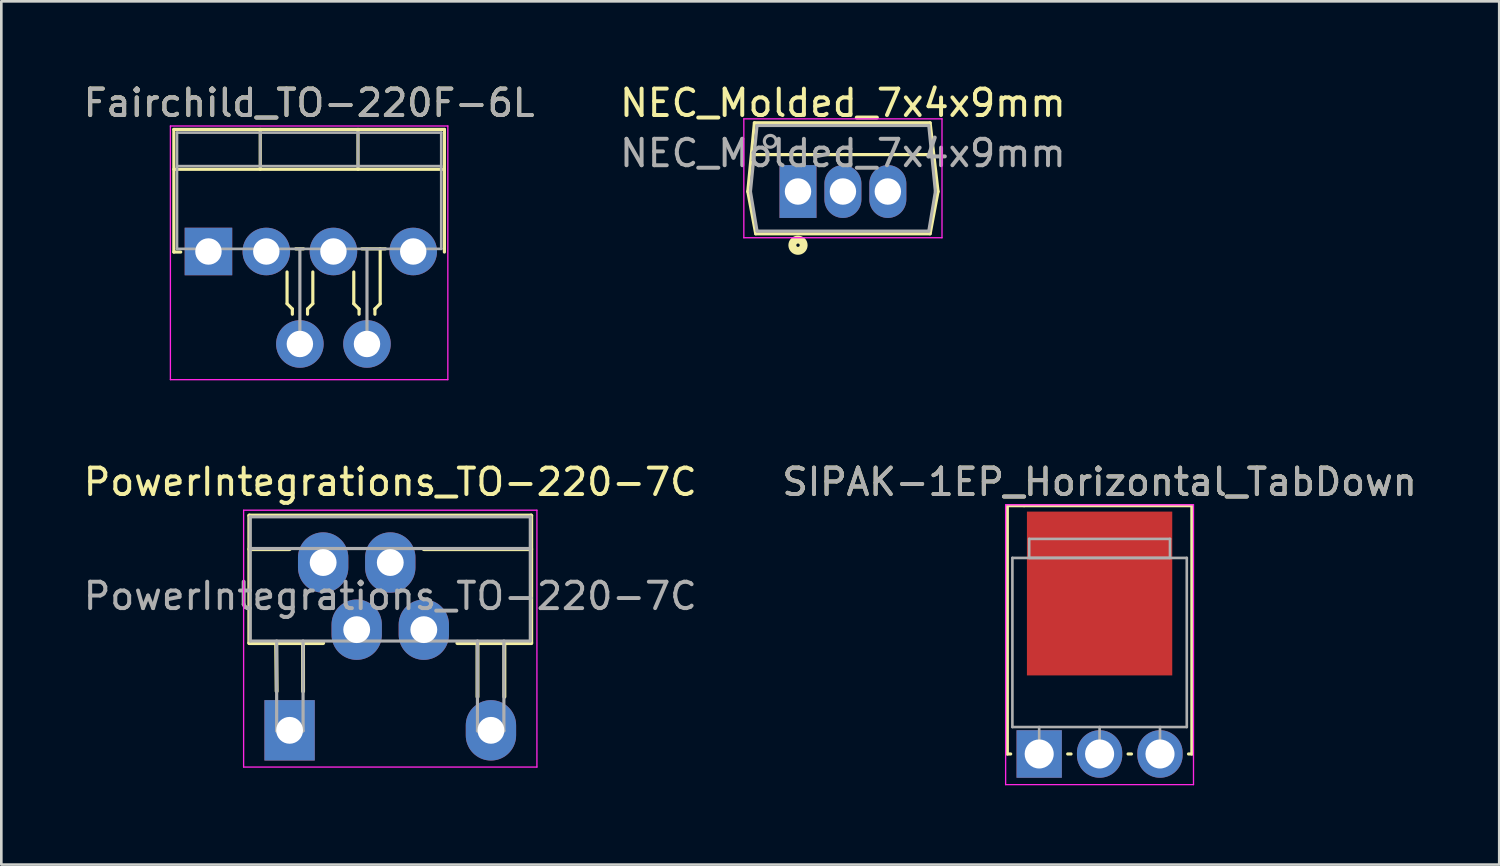
<source format=kicad_pcb>
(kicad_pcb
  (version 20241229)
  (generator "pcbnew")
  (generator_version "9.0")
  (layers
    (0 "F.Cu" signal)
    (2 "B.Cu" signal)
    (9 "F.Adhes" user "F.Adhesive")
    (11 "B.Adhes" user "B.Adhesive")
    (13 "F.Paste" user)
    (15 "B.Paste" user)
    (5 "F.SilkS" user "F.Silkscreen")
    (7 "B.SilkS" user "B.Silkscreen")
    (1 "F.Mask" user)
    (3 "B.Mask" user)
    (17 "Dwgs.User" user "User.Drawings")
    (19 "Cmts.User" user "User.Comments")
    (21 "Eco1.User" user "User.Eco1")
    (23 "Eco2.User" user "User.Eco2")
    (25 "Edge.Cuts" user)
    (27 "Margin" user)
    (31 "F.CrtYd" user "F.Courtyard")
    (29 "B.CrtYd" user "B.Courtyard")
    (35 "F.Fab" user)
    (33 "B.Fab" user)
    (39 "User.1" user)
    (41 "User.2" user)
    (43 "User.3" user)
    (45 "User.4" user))
  (footprint "Fairchild_TO-220F-6L"
    (layer "F.Cu")
    (at 4.839 6.468)
    (property "Reference" "Fairchild_TO-220F-6L" (at 3.81 -5.62 0) (layer "F.SilkS") (effects (font (size 1 1) (thickness 0.15))))
    (attr through_hole)
    (fp_line (start -1.31 -4.62) (end -1.31 0.021) (stroke (width 0.12) (type solid)) (layer "F.SilkS"))
    (fp_line (start -1.31 -4.62) (end 8.93 -4.62) (stroke (width 0.12) (type solid)) (layer "F.SilkS"))
    (fp_line (start -1.31 -3.111) (end 8.93 -3.111) (stroke (width 0.12) (type solid)) (layer "F.SilkS"))
    (fp_line (start -1.31 0.021) (end -1.05 0.021) (stroke (width 0.12) (type solid)) (layer "F.SilkS"))
    (fp_line (start 1.96 -4.62) (end 1.96 -3.111) (stroke (width 0.12) (type solid)) (layer "F.SilkS"))
    (fp_line (start 2.975 0.775) (end 2.975 1.975) (stroke (width 0.12) (type solid)) (layer "F.SilkS"))
    (fp_line (start 2.975 1.975) (end 3.175 2.175) (stroke (width 0.12) (type solid)) (layer "F.SilkS"))
    (fp_line (start 3.175 2.175) (end 3.175 2.375) (stroke (width 0.12) (type solid)) (layer "F.SilkS"))
    (fp_line (start 3.3 -0.1) (end 3.6 -0.1) (stroke (width 0.12) (type solid)) (layer "F.SilkS"))
    (fp_line (start 3.75 2.175) (end 3.75 2.375) (stroke (width 0.12) (type solid)) (layer "F.SilkS"))
    (fp_line (start 3.95 0.775) (end 3.95 1.975) (stroke (width 0.12) (type solid)) (layer "F.SilkS"))
    (fp_line (start 3.95 1.975) (end 3.75 2.175) (stroke (width 0.12) (type solid)) (layer "F.SilkS"))
    (fp_line (start 5.5 0.775) (end 5.5 1.975) (stroke (width 0.12) (type solid)) (layer "F.SilkS"))
    (fp_line (start 5.5 1.975) (end 5.7 2.175) (stroke (width 0.12) (type solid)) (layer "F.SilkS"))
    (fp_line (start 5.66 -4.62) (end 5.66 -3.111) (stroke (width 0.12) (type solid)) (layer "F.SilkS"))
    (fp_line (start 5.7 2.175) (end 5.7 2.375) (stroke (width 0.12) (type solid)) (layer "F.SilkS"))
    (fp_line (start 5.8 -0.1) (end 6.7 -0.1) (stroke (width 0.12) (type solid)) (layer "F.SilkS"))
    (fp_line (start 6.3 2.175) (end 6.3 2.375) (stroke (width 0.12) (type solid)) (layer "F.SilkS"))
    (fp_line (start 6.5 -0.1) (end 6.5 1.975) (stroke (width 0.12) (type solid)) (layer "F.SilkS"))
    (fp_line (start 6.5 1.975) (end 6.3 2.175) (stroke (width 0.12) (type solid)) (layer "F.SilkS"))
    (fp_line (start 8.93 -4.62) (end 8.93 0.021) (stroke (width 0.12) (type solid)) (layer "F.SilkS"))
    (fp_line (start -1.44 -4.75) (end -1.44 4.85) (stroke (width 0.05) (type solid)) (layer "F.CrtYd"))
    (fp_line (start -1.44 4.85) (end 9.06 4.85) (stroke (width 0.05) (type solid)) (layer "F.CrtYd"))
    (fp_line (start 9.06 -4.75) (end -1.44 -4.75) (stroke (width 0.05) (type solid)) (layer "F.CrtYd"))
    (fp_line (start 9.06 4.85) (end 9.06 -4.75) (stroke (width 0.05) (type solid)) (layer "F.CrtYd"))
    (fp_line (start -1.19 -4.5) (end -1.19 -0.1) (stroke (width 0.1) (type solid)) (layer "F.Fab"))
    (fp_line (start -1.19 -3.23) (end 8.81 -3.23) (stroke (width 0.1) (type solid)) (layer "F.Fab"))
    (fp_line (start -1.19 -0.1) (end 8.81 -0.1) (stroke (width 0.1) (type solid)) (layer "F.Fab"))
    (fp_line (start 0 -0.1) (end 0 0) (stroke (width 0.1) (type solid)) (layer "F.Fab"))
    (fp_line (start 1.96 -4.5) (end 1.96 -3.23) (stroke (width 0.1) (type solid)) (layer "F.Fab"))
    (fp_line (start 3.46 3.5) (end 3.46 -0.1) (stroke (width 0.12) (type solid)) (layer "F.Fab"))
    (fp_line (start 5.66 -4.5) (end 5.66 -3.23) (stroke (width 0.1) (type solid)) (layer "F.Fab"))
    (fp_line (start 6 3.5) (end 6 -0.1) (stroke (width 0.12) (type solid)) (layer "F.Fab"))
    (fp_line (start 8.81 -4.5) (end -1.19 -4.5) (stroke (width 0.1) (type solid)) (layer "F.Fab"))
    (fp_line (start 8.81 -0.1) (end 8.81 -4.5) (stroke (width 0.1) (type solid)) (layer "F.Fab"))
    (fp_text user "${REFERENCE}" (at 3.81 -5.62 0) (layer "F.Fab") (effects (font (size 1 1) (thickness 0.15))))
    (pad "1" thru_hole rect (at 0 0) (size 1.8 1.8) (drill 1) (layers "*.Cu" "*.Mask"))
    (pad "2" thru_hole oval (at 2.19 0) (size 1.8 1.8) (drill 1) (layers "*.Cu" "*.Mask"))
    (pad "3" thru_hole oval (at 3.46 3.5) (size 1.8 1.8) (drill 1) (layers "*.Cu" "*.Mask"))
    (pad "4" thru_hole oval (at 4.73 0) (size 1.8 1.8) (drill 1) (layers "*.Cu" "*.Mask"))
    (pad "5" thru_hole oval (at 6 3.5) (size 1.8 1.8) (drill 1) (layers "*.Cu" "*.Mask"))
    (pad "6" thru_hole oval (at 7.75 0) (size 1.8 1.8) (drill 1) (layers "*.Cu" "*.Mask")))
  (footprint "SIPAK-1EP_Horizontal_TabDown"
    (layer "F.Cu")
    (at 36.279 25.485)
    (property "Reference" "SIPAK-1EP_Horizontal_TabDown" (at 2.286 -10.293 0) (layer "F.SilkS") (effects (font (size 1 1) (thickness 0.15))))
    (attr through_hole)
    (fp_line (start -1.206 -9.398) (end -1.206 0) (stroke (width 0.12) (type solid)) (layer "F.SilkS"))
    (fp_line (start -1.206 0) (end -1.079 0) (stroke (width 0.12) (type solid)) (layer "F.SilkS"))
    (fp_line (start -0.572 -9.398) (end -1.206 -9.398) (stroke (width 0.12) (type solid)) (layer "F.SilkS"))
    (fp_line (start 1.079 0) (end 1.206 0) (stroke (width 0.12) (type solid)) (layer "F.SilkS"))
    (fp_line (start 3.365 0) (end 3.493 0) (stroke (width 0.12) (type solid)) (layer "F.SilkS"))
    (fp_line (start 5.652 0) (end 5.779 0) (stroke (width 0.12) (type solid)) (layer "F.SilkS"))
    (fp_line (start 5.779 -9.398) (end -0.572 -9.398) (stroke (width 0.12) (type solid)) (layer "F.SilkS"))
    (fp_line (start 5.779 0) (end 5.779 -9.398) (stroke (width 0.12) (type solid)) (layer "F.SilkS"))
    (fp_line (start -1.27 -9.43) (end -1.27 1.16) (stroke (width 0.05) (type solid)) (layer "F.CrtYd"))
    (fp_line (start -1.27 1.16) (end 5.84 1.16) (stroke (width 0.05) (type solid)) (layer "F.CrtYd"))
    (fp_line (start 5.84 -9.43) (end -1.27 -9.43) (stroke (width 0.05) (type solid)) (layer "F.CrtYd"))
    (fp_line (start 5.84 1.16) (end 5.84 -9.43) (stroke (width 0.05) (type solid)) (layer "F.CrtYd"))
    (fp_line (start -1.014 -7.42) (end 5.586 -7.42) (stroke (width 0.1) (type solid)) (layer "F.Fab"))
    (fp_line (start -1.014 -1.02) (end -1.014 -7.42) (stroke (width 0.1) (type solid)) (layer "F.Fab"))
    (fp_line (start -0.379 -8.14) (end 4.951 -8.14) (stroke (width 0.1) (type solid)) (layer "F.Fab"))
    (fp_line (start -0.379 -7.42) (end -0.379 -8.14) (stroke (width 0.1) (type solid)) (layer "F.Fab"))
    (fp_line (start 0 -1.02) (end 0 0) (stroke (width 0.1) (type solid)) (layer "F.Fab"))
    (fp_line (start 2.286 -1.02) (end 2.286 0) (stroke (width 0.1) (type solid)) (layer "F.Fab"))
    (fp_line (start 4.572 -1.02) (end 4.572 0) (stroke (width 0.1) (type solid)) (layer "F.Fab"))
    (fp_line (start 4.951 -8.14) (end 4.951 -7.42) (stroke (width 0.1) (type solid)) (layer "F.Fab"))
    (fp_line (start 4.951 -7.42) (end -0.379 -7.42) (stroke (width 0.1) (type solid)) (layer "F.Fab"))
    (fp_line (start 5.586 -7.42) (end 5.586 -1.02) (stroke (width 0.1) (type solid)) (layer "F.Fab"))
    (fp_line (start 5.586 -1.02) (end -1.014 -1.02) (stroke (width 0.1) (type solid)) (layer "F.Fab"))
    (fp_text user "${REFERENCE}" (at 2.286 -10.293 0) (layer "F.Fab") (effects (font (size 1 1) (thickness 0.15))))
    (pad "1" thru_hole rect (at 0 0) (size 1.714 1.8) (drill 1.1) (layers "*.Cu" "*.Mask"))
    (pad "2" thru_hole oval (at 2.286 0) (size 1.714 1.8) (drill 1.1) (layers "*.Cu" "*.Mask"))
    (pad "3" thru_hole oval (at 4.572 0) (size 1.714 1.8) (drill 1.1) (layers "*.Cu" "*.Mask"))
    (pad "4" smd rect (at 2.286 -6.073) (size 5.5 6.2) (layers "F.Cu" "F.Mask" "F.Paste")))
  (footprint "NEC_Molded_7x4x9mm"
    (layer "F.Cu")
    (at 27.151 4.198)
    (property "Reference" "NEC_Molded_7x4x9mm" (at 1.7 -3.35 0) (layer "F.SilkS") (effects (font (size 1 1) (thickness 0.15))))
    (attr through_hole)
    (fp_line (start -1.9 0) (end -1.6 1.6) (stroke (width 0.12) (type solid)) (layer "F.SilkS"))
    (fp_line (start -1.714 -1.397) (end 5.08 -1.397) (stroke (width 0.12) (type solid)) (layer "F.SilkS"))
    (fp_line (start -1.65 -2.6) (end -1.9 0) (stroke (width 0.12) (type solid)) (layer "F.SilkS"))
    (fp_line (start -1.6 1.6) (end 5 1.6) (stroke (width 0.12) (type solid)) (layer "F.SilkS"))
    (fp_line (start 5 -2.6) (end -1.65 -2.6) (stroke (width 0.12) (type solid)) (layer "F.SilkS"))
    (fp_line (start 5 1.6) (end 5.3 0) (stroke (width 0.12) (type solid)) (layer "F.SilkS"))
    (fp_line (start 5.3 0) (end 5 -2.6) (stroke (width 0.12) (type solid)) (layer "F.SilkS"))
    (fp_circle (center 0 2.032) (end 0.064 2.032) (stroke (width 0.3) (type solid)) (fill no) (layer "F.SilkS"))
    (fp_line (start -2.05 -2.75) (end -2.05 1.75) (stroke (width 0.05) (type solid)) (layer "F.CrtYd"))
    (fp_line (start -2.05 1.75) (end 5.45 1.75) (stroke (width 0.05) (type solid)) (layer "F.CrtYd"))
    (fp_line (start 5.45 -2.75) (end -2.05 -2.75) (stroke (width 0.05) (type solid)) (layer "F.CrtYd"))
    (fp_line (start 5.45 1.75) (end 5.45 -2.75) (stroke (width 0.05) (type solid)) (layer "F.CrtYd"))
    (fp_line (start -1.8 0) (end -1.55 -2.5) (stroke (width 0.12) (type solid)) (layer "F.Fab"))
    (fp_line (start -1.55 1.5) (end -1.8 0) (stroke (width 0.12) (type solid)) (layer "F.Fab"))
    (fp_line (start -1.55 1.5) (end 4.95 1.5) (stroke (width 0.12) (type solid)) (layer "F.Fab"))
    (fp_line (start 4.95 -2.5) (end -1.55 -2.5) (stroke (width 0.12) (type solid)) (layer "F.Fab"))
    (fp_line (start 4.95 -2.5) (end 5.2 0) (stroke (width 0.12) (type solid)) (layer "F.Fab"))
    (fp_line (start 5.2 0) (end 4.95 1.5) (stroke (width 0.12) (type solid)) (layer "F.Fab"))
    (fp_circle (center -1.05 -1.9) (end -0.85 -1.8) (stroke (width 0.12) (type solid)) (fill no) (layer "F.Fab"))
    (fp_text user "${REFERENCE}" (at 1.7 -1.45 0) (layer "F.Fab") (effects (font (size 1 1) (thickness 0.15))))
    (pad "1" thru_hole rect (at 0 0 180) (size 1.4 2) (drill 1) (layers "*.Cu" "*.Mask"))
    (pad "2" thru_hole oval (at 1.7 0 180) (size 1.4 2) (drill 1) (layers "*.Cu" "*.Mask"))
    (pad "3" thru_hole oval (at 3.4 0 180) (size 1.4 2) (drill 1) (layers "*.Cu" "*.Mask")))
  (footprint "PowerIntegrations_TO-220-7C"
    (layer "F.Cu")
    (at 7.91 24.59)
    (property "Reference" "PowerIntegrations_TO-220-7C" (at 3.81 -9.398 0) (layer "F.SilkS") (effects (font (size 1 1) (thickness 0.15))))
    (attr through_hole)
    (fp_line (start -1.524 -8.128) (end -1.524 -3.302) (stroke (width 0.15) (type solid)) (layer "F.SilkS"))
    (fp_line (start -1.524 -6.858) (end 0 -6.858) (stroke (width 0.15) (type solid)) (layer "F.SilkS"))
    (fp_line (start -1.524 -3.302) (end 1.27 -3.302) (stroke (width 0.15) (type solid)) (layer "F.SilkS"))
    (fp_line (start -0.49 -1.48) (end -0.508 -3.302) (stroke (width 0.15) (type solid)) (layer "F.SilkS"))
    (fp_line (start 0.51 -1.48) (end 0.508 -3.302) (stroke (width 0.15) (type solid)) (layer "F.SilkS"))
    (fp_line (start 7.112 -1.27) (end 7.112 -3.302) (stroke (width 0.15) (type solid)) (layer "F.SilkS"))
    (fp_line (start 8.128 -1.27) (end 8.128 -3.302) (stroke (width 0.15) (type solid)) (layer "F.SilkS"))
    (fp_line (start 9.144 -8.128) (end -1.524 -8.128) (stroke (width 0.15) (type solid)) (layer "F.SilkS"))
    (fp_line (start 9.144 -8.128) (end 9.144 -3.302) (stroke (width 0.15) (type solid)) (layer "F.SilkS"))
    (fp_line (start 9.144 -6.858) (end 5.08 -6.858) (stroke (width 0.15) (type solid)) (layer "F.SilkS"))
    (fp_line (start 9.144 -3.302) (end 6.35 -3.302) (stroke (width 0.15) (type solid)) (layer "F.SilkS"))
    (fp_line (start -1.74 -8.33) (end -1.74 1.39) (stroke (width 0.05) (type solid)) (layer "F.CrtYd"))
    (fp_line (start -1.74 -8.33) (end 9.36 -8.33) (stroke (width 0.05) (type solid)) (layer "F.CrtYd"))
    (fp_line (start 9.36 1.39) (end -1.74 1.39) (stroke (width 0.05) (type solid)) (layer "F.CrtYd"))
    (fp_line (start 9.36 1.39) (end 9.36 -8.33) (stroke (width 0.05) (type solid)) (layer "F.CrtYd"))
    (fp_line (start -1.49 -8.08) (end -1.49 -3.38) (stroke (width 0.12) (type solid)) (layer "F.Fab"))
    (fp_line (start -1.49 -6.88) (end 9.11 -6.88) (stroke (width 0.12) (type solid)) (layer "F.Fab"))
    (fp_line (start -1.49 -3.38) (end 9.11 -3.38) (stroke (width 0.12) (type solid)) (layer "F.Fab"))
    (fp_line (start -0.49 -3.38) (end -0.49 0.02) (stroke (width 0.12) (type solid)) (layer "F.Fab"))
    (fp_line (start -0.49 0.02) (end 0.51 0.02) (stroke (width 0.12) (type solid)) (layer "F.Fab"))
    (fp_line (start 0.51 0.02) (end 0.51 -3.38) (stroke (width 0.12) (type solid)) (layer "F.Fab"))
    (fp_line (start 7.11 -3.38) (end 7.11 0.02) (stroke (width 0.12) (type solid)) (layer "F.Fab"))
    (fp_line (start 7.11 0.02) (end 8.11 0.02) (stroke (width 0.12) (type solid)) (layer "F.Fab"))
    (fp_line (start 8.11 0.02) (end 8.11 -3.38) (stroke (width 0.12) (type solid)) (layer "F.Fab"))
    (fp_line (start 9.11 -8.08) (end -1.49 -8.08) (stroke (width 0.12) (type solid)) (layer "F.Fab"))
    (fp_line (start 9.11 -3.38) (end 9.11 -8.08) (stroke (width 0.12) (type solid)) (layer "F.Fab"))
    (fp_text user "${REFERENCE}" (at 3.81 -5.08 0) (layer "F.Fab") (effects (font (size 1 1) (thickness 0.15))))
    (pad "1" thru_hole rect (at 0 0) (size 1.905 2.286) (drill 1.016) (layers "*.Cu" "*.Mask"))
    (pad "2" thru_hole oval (at 1.27 -6.35) (size 1.905 2.286) (drill 1.016) (layers "*.Cu" "*.Mask"))
    (pad "3" thru_hole oval (at 2.54 -3.81) (size 1.905 2.286) (drill 1.016) (layers "*.Cu" "*.Mask"))
    (pad "4" thru_hole oval (at 3.81 -6.35) (size 1.905 2.286) (drill 1.016) (layers "*.Cu" "*.Mask"))
    (pad "5" thru_hole oval (at 5.08 -3.81) (size 1.905 2.286) (drill 1.016) (layers "*.Cu" "*.Mask"))
    (pad "7" thru_hole oval (at 7.62 0) (size 1.905 2.286) (drill 1.016) (layers "*.Cu" "*.Mask")))
  (gr_rect
    (start -3 -3)
    (end 53.69 29.67)
    (stroke (width 0.1) (type default))
    (fill no)
    (layer "Edge.Cuts")))
</source>
